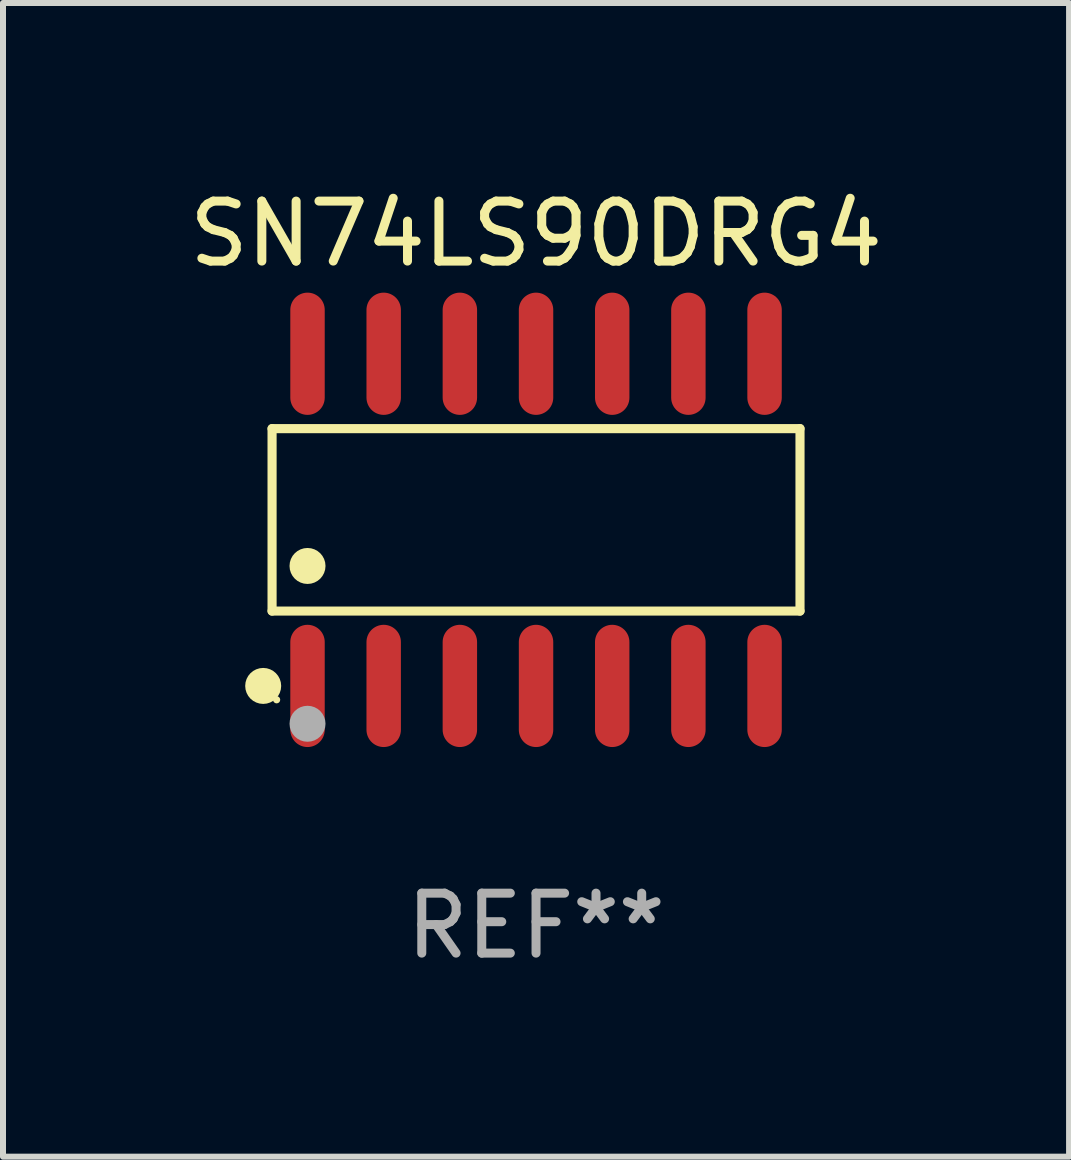
<source format=kicad_pcb>
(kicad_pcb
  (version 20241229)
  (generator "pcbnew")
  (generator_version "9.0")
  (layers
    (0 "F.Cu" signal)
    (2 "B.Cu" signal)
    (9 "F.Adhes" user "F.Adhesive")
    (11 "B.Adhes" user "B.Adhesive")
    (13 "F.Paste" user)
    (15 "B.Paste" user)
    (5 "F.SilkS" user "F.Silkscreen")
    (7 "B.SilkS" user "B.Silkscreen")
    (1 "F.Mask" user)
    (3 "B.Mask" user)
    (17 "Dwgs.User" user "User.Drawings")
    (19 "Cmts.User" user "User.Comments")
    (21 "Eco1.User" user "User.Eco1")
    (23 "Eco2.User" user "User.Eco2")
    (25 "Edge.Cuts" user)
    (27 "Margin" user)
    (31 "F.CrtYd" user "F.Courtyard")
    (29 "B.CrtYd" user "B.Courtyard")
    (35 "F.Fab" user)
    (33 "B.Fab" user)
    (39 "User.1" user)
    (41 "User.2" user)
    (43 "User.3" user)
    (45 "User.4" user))
  (footprint "SN74LS90DRG4"
    (layer "F.Cu")
    (at 5.887 5.617)
    (property "Reference" "SN74LS90DRG4" (at 0 -4.769 0) (layer "F.SilkS") (effects (font (size 1 1) (thickness 0.15))))
    (attr through_hole)
    (fp_line (start -4.401 -1.521) (end 4.401 -1.521) (stroke (width 0.152) (type solid)) (layer "F.SilkS"))
    (fp_line (start -4.401 1.521) (end -4.401 -1.521) (stroke (width 0.152) (type solid)) (layer "F.SilkS"))
    (fp_line (start 4.401 -1.521) (end 4.401 1.521) (stroke (width 0.152) (type solid)) (layer "F.SilkS"))
    (fp_line (start 4.401 1.521) (end -4.401 1.521) (stroke (width 0.152) (type solid)) (layer "F.SilkS"))
    (fp_circle (center -4.549 2.769) (end -4.399 2.769) (stroke (width 0.3) (type solid)) (fill no) (layer "F.SilkS"))
    (fp_circle (center -4.325 3) (end -4.295 3) (stroke (width 0.06) (type solid)) (fill no) (layer "F.SilkS"))
    (fp_circle (center -3.81 0.769) (end -3.66 0.769) (stroke (width 0.3) (type solid)) (fill no) (layer "F.SilkS"))
    (fp_circle (center -3.81 3.4) (end -3.66 3.4) (stroke (width 0.3) (type solid)) (fill no) (layer "F.Fab"))
    (fp_text user "REF**" (at 0 6.769 0) (layer "F.Fab") (effects (font (size 1 1) (thickness 0.15))))
    (pad "1" smd oval (at -3.81 2.769) (size 0.574 2.038) (layers "F.Cu" "F.Mask" "F.Paste"))
    (pad "2" smd oval (at -2.54 2.769) (size 0.574 2.038) (layers "F.Cu" "F.Mask" "F.Paste"))
    (pad "3" smd oval (at -1.27 2.769) (size 0.574 2.038) (layers "F.Cu" "F.Mask" "F.Paste"))
    (pad "4" smd oval (at 0 2.769) (size 0.574 2.038) (layers "F.Cu" "F.Mask" "F.Paste"))
    (pad "5" smd oval (at 1.27 2.769) (size 0.574 2.038) (layers "F.Cu" "F.Mask" "F.Paste"))
    (pad "6" smd oval (at 2.54 2.769) (size 0.574 2.038) (layers "F.Cu" "F.Mask" "F.Paste"))
    (pad "7" smd oval (at 3.81 2.769) (size 0.574 2.038) (layers "F.Cu" "F.Mask" "F.Paste"))
    (pad "8" smd oval (at 3.81 -2.769) (size 0.574 2.038) (layers "F.Cu" "F.Mask" "F.Paste"))
    (pad "9" smd oval (at 2.54 -2.769) (size 0.574 2.038) (layers "F.Cu" "F.Mask" "F.Paste"))
    (pad "10" smd oval (at 1.27 -2.769) (size 0.574 2.038) (layers "F.Cu" "F.Mask" "F.Paste"))
    (pad "11" smd oval (at 0 -2.769) (size 0.574 2.038) (layers "F.Cu" "F.Mask" "F.Paste"))
    (pad "12" smd oval (at -1.27 -2.769) (size 0.574 2.038) (layers "F.Cu" "F.Mask" "F.Paste"))
    (pad "13" smd oval (at -2.54 -2.769) (size 0.574 2.038) (layers "F.Cu" "F.Mask" "F.Paste"))
    (pad "14" smd oval (at -3.81 -2.769) (size 0.574 2.038) (layers "F.Cu" "F.Mask" "F.Paste")))
  (gr_rect
    (start -3 -3)
    (end 14.774 16.235)
    (stroke (width 0.1) (type default))
    (fill no)
    (layer "Edge.Cuts")))
</source>
